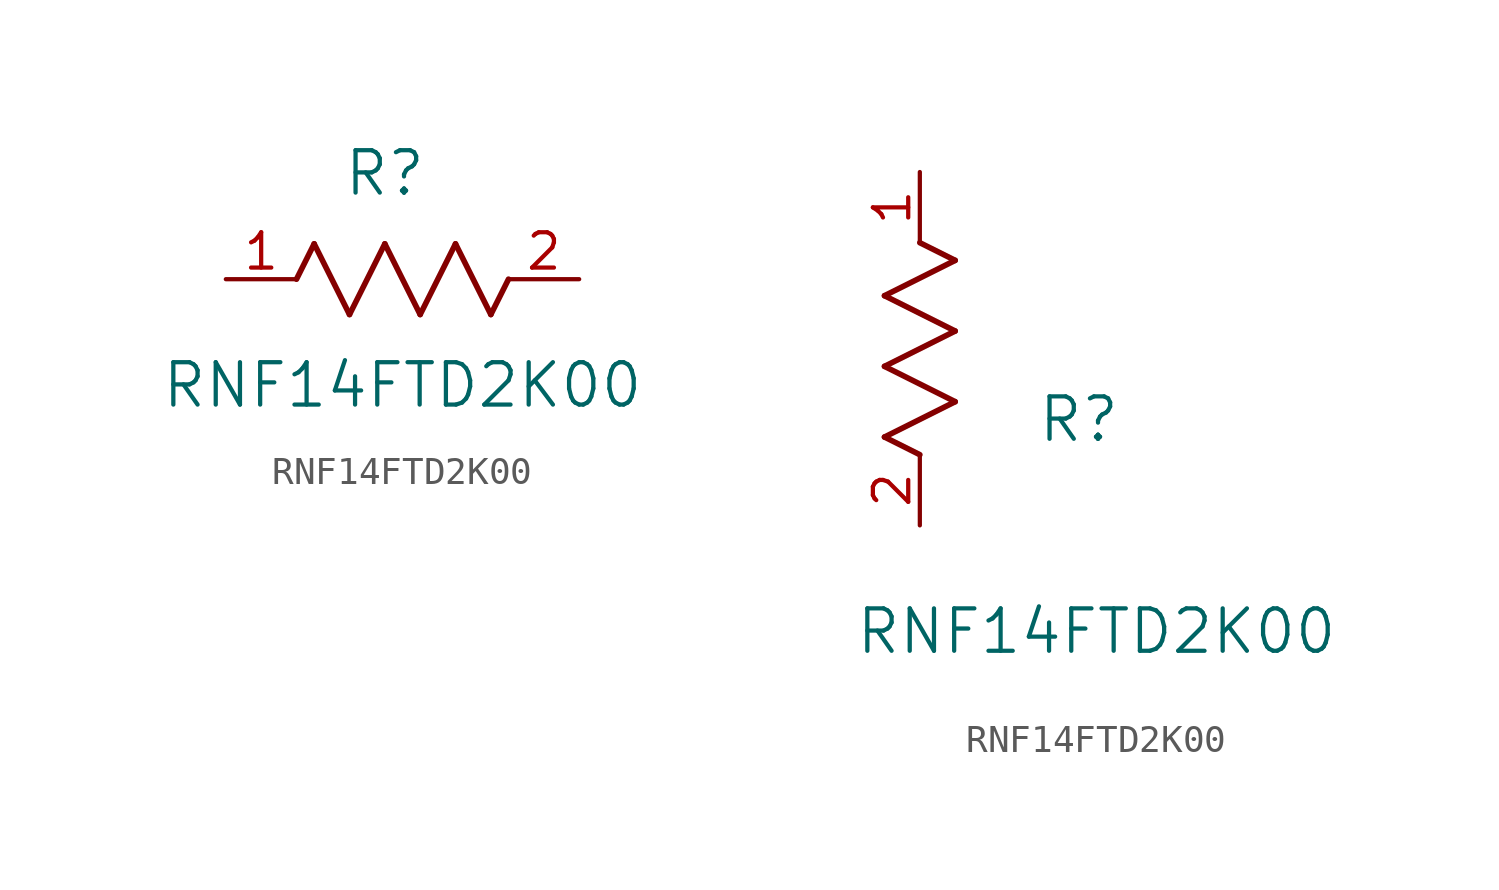
<source format=kicad_sym>
(kicad_symbol_lib
  (version 20211014)
  (generator kicad_symbol_editor)
  (symbol "RNF14FTD2K00"
    (pin_names
      (offset 0.254))
    (property "Reference" "R"
      (at 5.715 3.81 0)
      (effects (font (size 1.524 1.524))))
    (property "Value" "RNF14FTD2K00"
      (at 6.35 -3.81 0)
      (effects (font (size 1.524 1.524))))
    (symbol "RNF14FTD2K00_1_1"
      (polyline (pts (xy 3.175 1.27) (xy 4.445 -1.27)) (stroke (width 0.203) (type default) (color 0 0 0 0)) (fill (type none)))
      (polyline (pts (xy 4.445 -1.27) (xy 5.715 1.27)) (stroke (width 0.203) (type default) (color 0 0 0 0)) (fill (type none)))
      (polyline (pts (xy 5.715 1.27) (xy 6.985 -1.27)) (stroke (width 0.203) (type default) (color 0 0 0 0)) (fill (type none)))
      (polyline (pts (xy 6.985 -1.27) (xy 8.255 1.27)) (stroke (width 0.203) (type default) (color 0 0 0 0)) (fill (type none)))
      (polyline (pts (xy 8.255 1.27) (xy 9.525 -1.27)) (stroke (width 0.203) (type default) (color 0 0 0 0)) (fill (type none)))
      (polyline (pts (xy 2.54 0) (xy 3.175 1.27)) (stroke (width 0.203) (type default) (color 0 0 0 0)) (fill (type none)))
      (polyline (pts (xy 9.525 -1.27) (xy 10.16 0)) (stroke (width 0.203) (type default) (color 0 0 0 0)) (fill (type none)))
      (pin unspecified line (at 0 0 0) (length 2.54) (name "" (effects (font (size 1.27 1.27)))) (number "1" (effects (font (size 1.27 1.27)))))
      (pin unspecified line (at 12.7 0 180) (length 2.54) (name "" (effects (font (size 1.27 1.27)))) (number "2" (effects (font (size 1.27 1.27))))))
    (symbol "RNF14FTD2K00_1_2"
      (polyline (pts (xy 0 2.54) (xy -1.27 3.175)) (stroke (width 0.203) (type default) (color 0 0 0 0)) (fill (type none)))
      (polyline (pts (xy -1.27 3.175) (xy 1.27 4.445)) (stroke (width 0.203) (type default) (color 0 0 0 0)) (fill (type none)))
      (polyline (pts (xy 1.27 4.445) (xy -1.27 5.715)) (stroke (width 0.203) (type default) (color 0 0 0 0)) (fill (type none)))
      (polyline (pts (xy -1.27 5.715) (xy 1.27 6.985)) (stroke (width 0.203) (type default) (color 0 0 0 0)) (fill (type none)))
      (polyline (pts (xy -1.27 8.255) (xy 1.27 9.525)) (stroke (width 0.203) (type default) (color 0 0 0 0)) (fill (type none)))
      (polyline (pts (xy 1.27 9.525) (xy 0 10.16)) (stroke (width 0.203) (type default) (color 0 0 0 0)) (fill (type none)))
      (polyline (pts (xy 1.27 6.985) (xy -1.27 8.255)) (stroke (width 0.203) (type default) (color 0 0 0 0)) (fill (type none)))
      (pin unspecified line (at 0 12.7 270) (length 2.54) (name "" (effects (font (size 1.27 1.27)))) (number "1" (effects (font (size 1.27 1.27)))))
      (pin unspecified line (at 0 0 90) (length 2.54) (name "" (effects (font (size 1.27 1.27)))) (number "2" (effects (font (size 1.27 1.27))))))))
</source>
